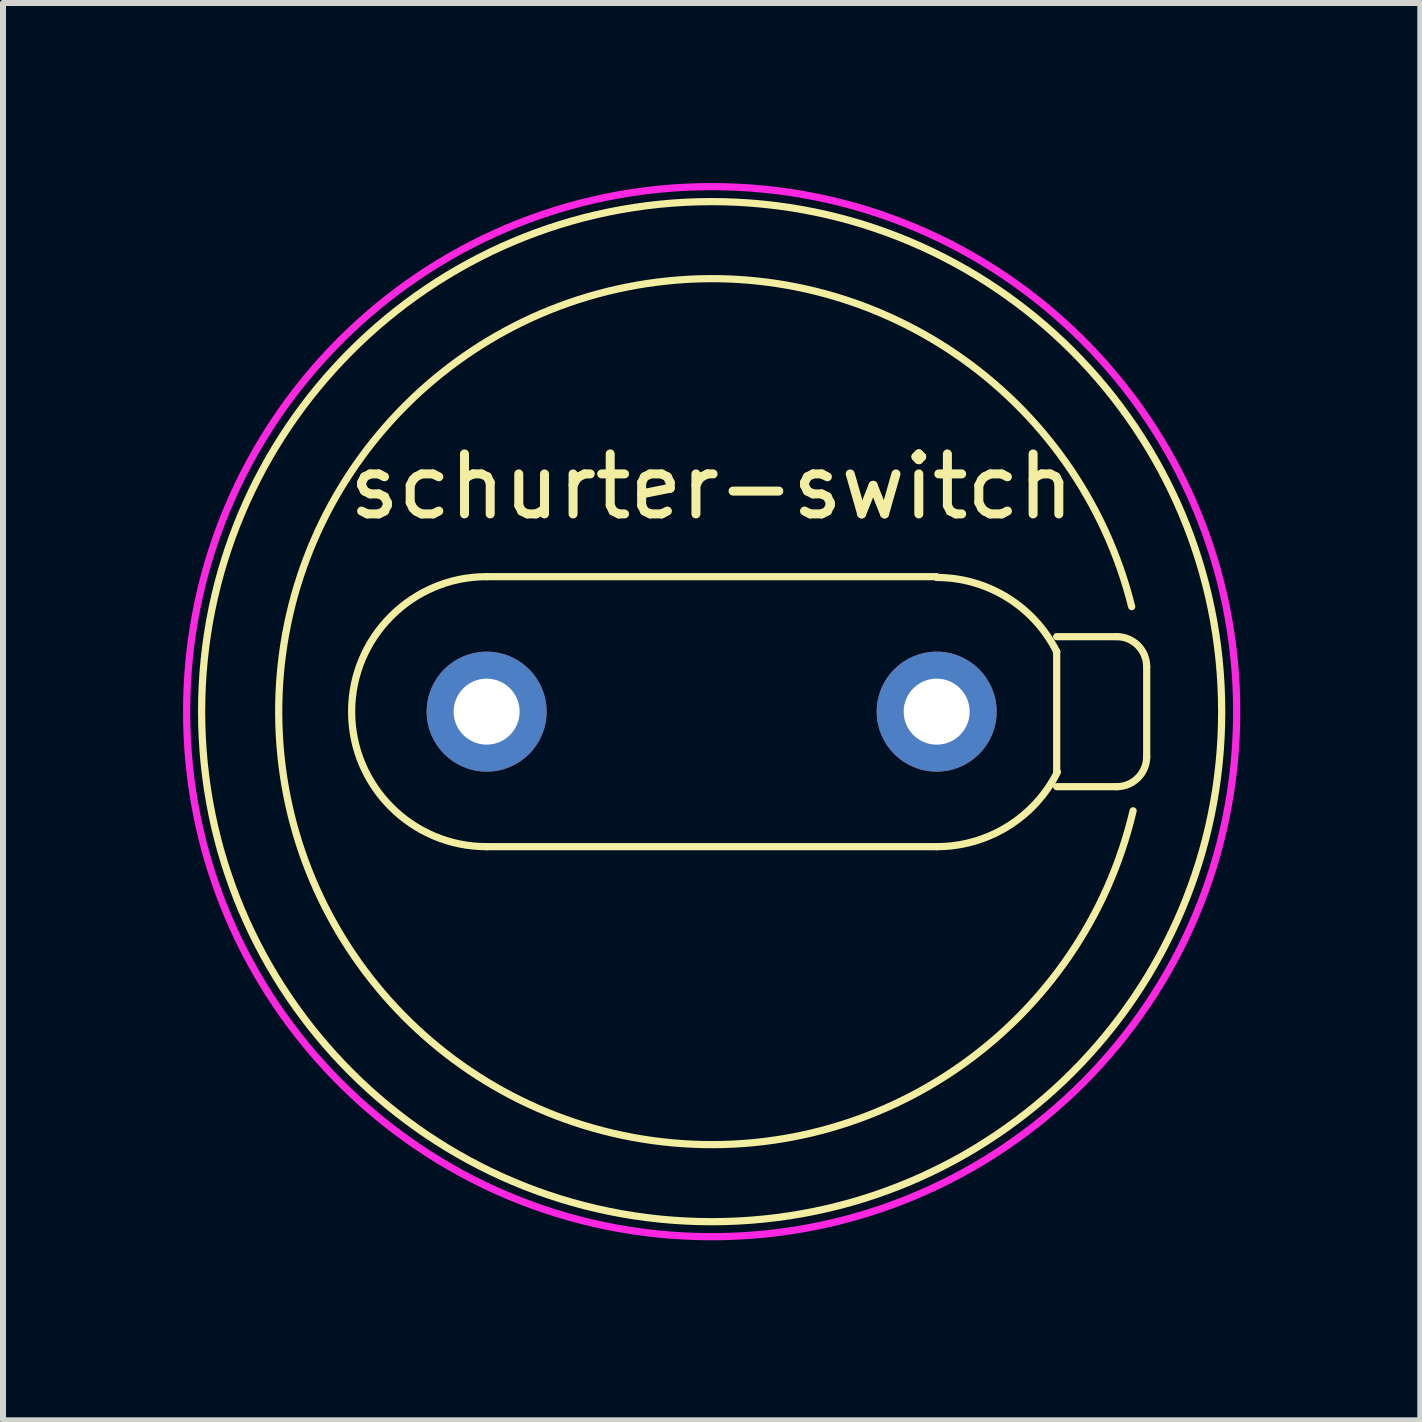
<source format=kicad_pcb>
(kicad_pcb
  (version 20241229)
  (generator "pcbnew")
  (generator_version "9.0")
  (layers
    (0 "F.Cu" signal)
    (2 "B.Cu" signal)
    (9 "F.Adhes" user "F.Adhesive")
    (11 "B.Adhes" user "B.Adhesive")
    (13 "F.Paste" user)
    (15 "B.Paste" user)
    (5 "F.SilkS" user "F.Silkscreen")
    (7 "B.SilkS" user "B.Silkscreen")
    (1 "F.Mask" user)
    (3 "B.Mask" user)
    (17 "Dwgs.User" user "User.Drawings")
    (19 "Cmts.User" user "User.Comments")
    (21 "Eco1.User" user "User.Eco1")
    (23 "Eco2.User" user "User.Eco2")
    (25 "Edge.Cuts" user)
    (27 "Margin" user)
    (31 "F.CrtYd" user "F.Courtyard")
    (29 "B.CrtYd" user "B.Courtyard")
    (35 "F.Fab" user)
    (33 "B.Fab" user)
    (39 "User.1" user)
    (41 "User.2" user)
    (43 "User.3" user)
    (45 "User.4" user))
  (footprint "schurter-switch"
    (layer "F.Cu")
    (at 8.81 8.81)
    (property "Reference" "schurter-switch" (at 0 -3.75 0) (layer "F.SilkS") (effects (font (size 1 1) (thickness 0.15))))
    (attr through_hole)
    (fp_line (start -3.75 2.25) (end 3.75 2.25) (stroke (width 0.12) (type solid)) (layer "F.SilkS"))
    (fp_line (start 3.75 -2.25) (end -3.75 -2.25) (stroke (width 0.12) (type solid)) (layer "F.SilkS"))
    (fp_line (start 5.75 -1.25) (end 6.75 -1.25) (stroke (width 0.12) (type solid)) (layer "F.SilkS"))
    (fp_line (start 5.75 1) (end 5.75 -1) (stroke (width 0.12) (type solid)) (layer "F.SilkS"))
    (fp_line (start 5.75 1.25) (end 6.75 1.25) (stroke (width 0.12) (type solid)) (layer "F.SilkS"))
    (fp_line (start 7.25 -0.75) (end 7.25 0.75) (stroke (width 0.12) (type solid)) (layer "F.SilkS"))
    (fp_arc (start -3.75 2.25) (mid -6 0) (end -3.75 -2.25) (stroke (width 0.12) (type solid)) (layer "F.SilkS"))
    (fp_arc (start 3.75 -2.236067) (mid 4.92557 -1.902112) (end 5.749999 -0.999999) (stroke (width 0.12) (type solid)) (layer "F.SilkS"))
    (fp_arc (start 5.762461 1.006231) (mid 4.932895 1.913964) (end 3.75 2.25) (stroke (width 0.12) (type solid)) (layer "F.SilkS"))
    (fp_arc (start 6.75 -1.25) (mid 7.103553 -1.103553) (end 7.25 -0.75) (stroke (width 0.12) (type solid)) (layer "F.SilkS"))
    (fp_arc (start 7.023627 1.652619) (mid -7.21526 0.050103) (end 6.999999 -1.749999) (stroke (width 0.12) (type solid)) (layer "F.SilkS"))
    (fp_arc (start 7.25 0.75) (mid 7.103553 1.103553) (end 6.75 1.25) (stroke (width 0.12) (type solid)) (layer "F.SilkS"))
    (fp_circle (center 0 0) (end 8.5 0) (stroke (width 0.12) (type solid)) (fill no) (layer "F.SilkS"))
    (fp_circle (center 0 0) (end 8.75 0) (stroke (width 0.12) (type solid)) (fill no) (layer "F.CrtYd"))
    (pad "1" thru_hole circle (at 3.75 0) (size 2 2) (drill 1.1) (layers "*.Cu" "*.Mask"))
    (pad "2" thru_hole circle (at -3.75 0) (size 2 2) (drill 1.1) (layers "*.Cu" "*.Mask")))
  (gr_rect
    (start -3 -3)
    (end 20.62 20.62)
    (stroke (width 0.1) (type default))
    (fill no)
    (layer "Edge.Cuts")))
</source>
